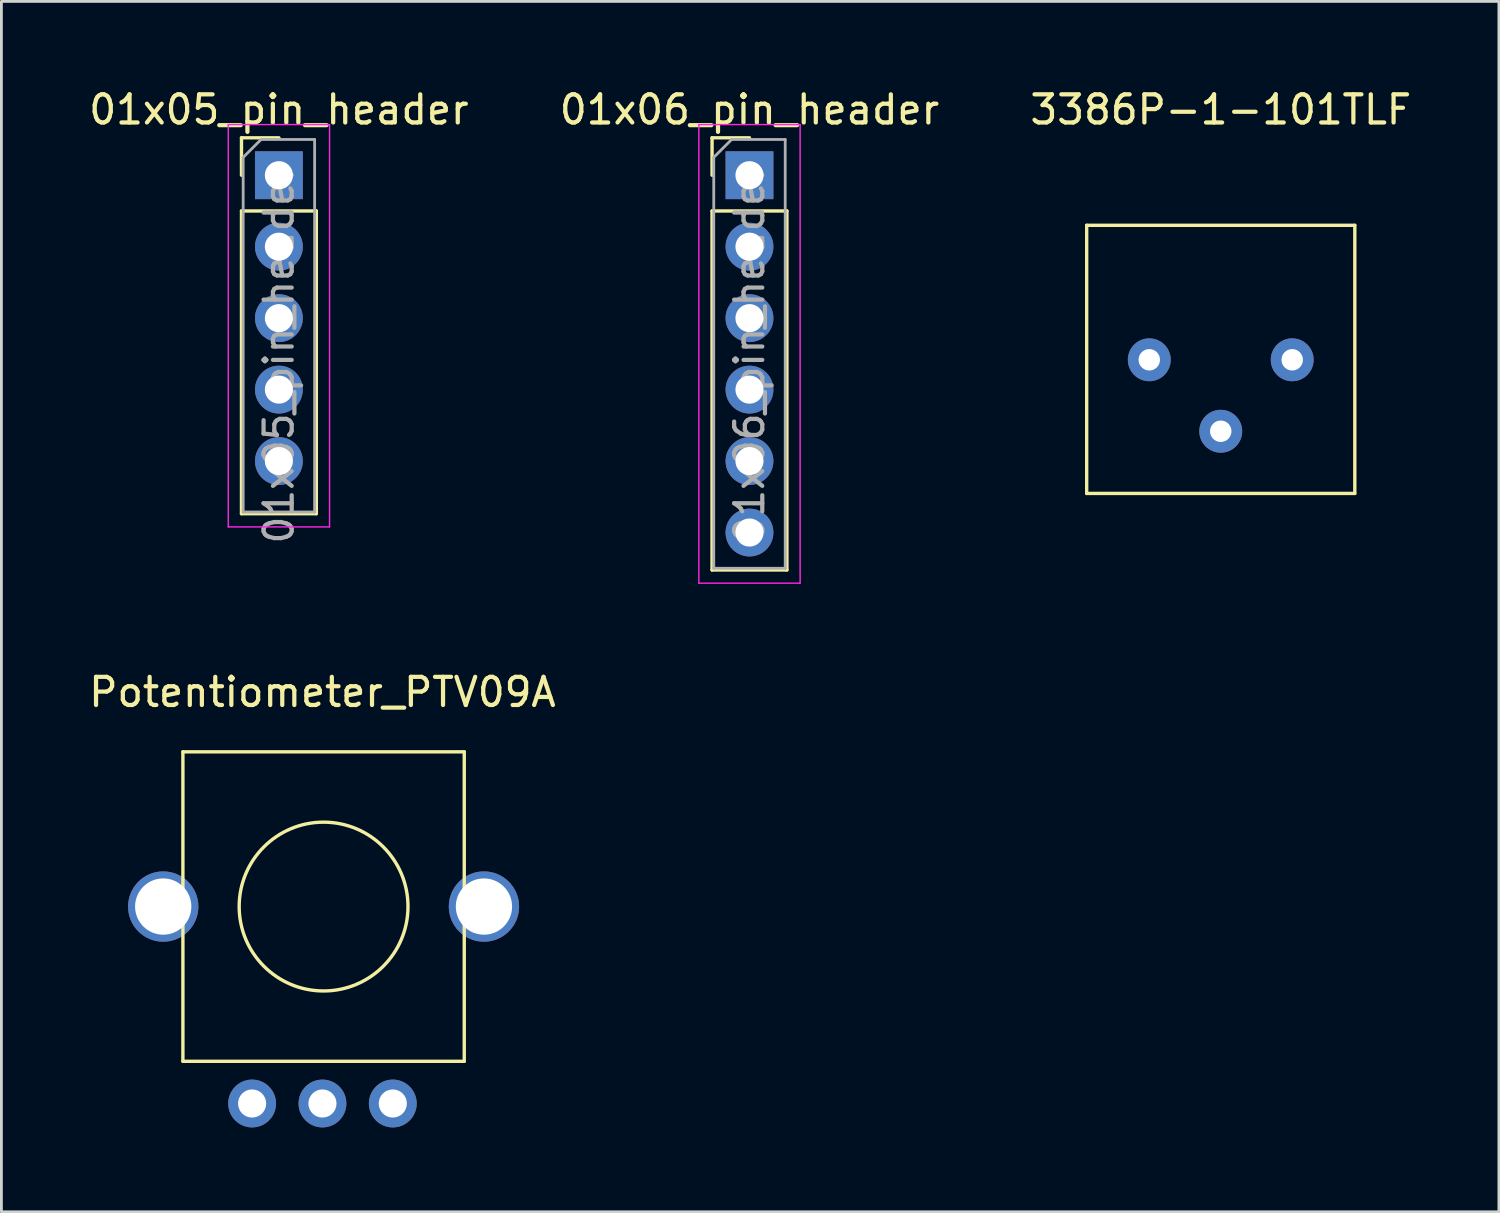
<source format=kicad_pcb>
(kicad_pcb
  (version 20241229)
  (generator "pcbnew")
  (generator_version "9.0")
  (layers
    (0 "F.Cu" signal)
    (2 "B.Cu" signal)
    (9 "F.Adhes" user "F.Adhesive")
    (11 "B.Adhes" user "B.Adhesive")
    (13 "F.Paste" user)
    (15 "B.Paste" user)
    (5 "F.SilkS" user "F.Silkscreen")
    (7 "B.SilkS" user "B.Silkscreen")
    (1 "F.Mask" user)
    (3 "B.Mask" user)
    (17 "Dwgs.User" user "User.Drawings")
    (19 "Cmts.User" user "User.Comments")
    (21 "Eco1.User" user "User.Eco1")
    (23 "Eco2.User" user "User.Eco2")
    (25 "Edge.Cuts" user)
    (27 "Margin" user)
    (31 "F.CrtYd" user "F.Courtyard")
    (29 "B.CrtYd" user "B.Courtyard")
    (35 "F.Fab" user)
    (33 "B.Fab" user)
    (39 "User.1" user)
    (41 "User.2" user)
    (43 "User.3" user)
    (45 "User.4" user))
  (footprint "01x06_pin_header"
    (layer "F.Cu")
    (at 23.589 3.178)
    (property "Reference" "01x06_pin_header" (at 0 -2.33 0) (layer "F.SilkS") (effects (font (size 1 1) (thickness 0.15))))
    (attr through_hole)
    (fp_line (start -1.33 -1.33) (end 0 -1.33) (stroke (width 0.12) (type solid)) (layer "F.SilkS"))
    (fp_line (start -1.33 0) (end -1.33 -1.33) (stroke (width 0.12) (type solid)) (layer "F.SilkS"))
    (fp_line (start -1.33 1.27) (end -1.33 14.03) (stroke (width 0.12) (type solid)) (layer "F.SilkS"))
    (fp_line (start -1.33 1.27) (end 1.33 1.27) (stroke (width 0.12) (type solid)) (layer "F.SilkS"))
    (fp_line (start -1.33 14.03) (end 1.33 14.03) (stroke (width 0.12) (type solid)) (layer "F.SilkS"))
    (fp_line (start 1.33 1.27) (end 1.33 14.03) (stroke (width 0.12) (type solid)) (layer "F.SilkS"))
    (fp_line (start -1.8 -1.8) (end -1.8 14.5) (stroke (width 0.05) (type solid)) (layer "F.CrtYd"))
    (fp_line (start -1.8 14.5) (end 1.8 14.5) (stroke (width 0.05) (type solid)) (layer "F.CrtYd"))
    (fp_line (start 1.8 -1.8) (end -1.8 -1.8) (stroke (width 0.05) (type solid)) (layer "F.CrtYd"))
    (fp_line (start 1.8 14.5) (end 1.8 -1.8) (stroke (width 0.05) (type solid)) (layer "F.CrtYd"))
    (fp_line (start -1.27 -0.635) (end -0.635 -1.27) (stroke (width 0.1) (type solid)) (layer "F.Fab"))
    (fp_line (start -1.27 13.97) (end -1.27 -0.635) (stroke (width 0.1) (type solid)) (layer "F.Fab"))
    (fp_line (start -0.635 -1.27) (end 1.27 -1.27) (stroke (width 0.1) (type solid)) (layer "F.Fab"))
    (fp_line (start 1.27 -1.27) (end 1.27 13.97) (stroke (width 0.1) (type solid)) (layer "F.Fab"))
    (fp_line (start 1.27 13.97) (end -1.27 13.97) (stroke (width 0.1) (type solid)) (layer "F.Fab"))
    (fp_text user "${REFERENCE}" (at 0 6.35 90) (layer "F.Fab") (effects (font (size 1 1) (thickness 0.15))))
    (pad "1" thru_hole rect (at 0 0) (size 1.7 1.7) (drill 1) (layers "*.Cu" "*.Mask"))
    (pad "2" thru_hole oval (at 0 7.62) (size 1.7 1.7) (drill 1) (layers "*.Cu" "*.Mask"))
    (pad "3" thru_hole oval (at 0 2.54) (size 1.7 1.7) (drill 1) (layers "*.Cu" "*.Mask"))
    (pad "4" thru_hole oval (at 0 5.08) (size 1.7 1.7) (drill 1) (layers "*.Cu" "*.Mask"))
    (pad "5" thru_hole oval (at 0 10.16) (size 1.7 1.7) (drill 1) (layers "*.Cu" "*.Mask"))
    (pad "6" thru_hole oval (at 0 12.7) (size 1.7 1.7) (drill 1) (layers "*.Cu" "*.Mask")))
  (footprint "3386P-1-101TLF"
    (layer "F.Cu")
    (at 40.339 9.738)
    (property "Reference" "3386P-1-101TLF" (at 0 -8.89 0) (layer "F.SilkS") (effects (font (size 1 1) (thickness 0.15))))
    (attr through_hole)
    (fp_line (start -4.765 -4.78) (end 4.765 -4.78) (stroke (width 0.12) (type solid)) (layer "F.SilkS"))
    (fp_line (start -4.765 4.75) (end -4.765 -4.78) (stroke (width 0.12) (type solid)) (layer "F.SilkS"))
    (fp_line (start 4.765 -4.78) (end 4.765 4.75) (stroke (width 0.12) (type solid)) (layer "F.SilkS"))
    (fp_line (start 4.765 4.75) (end -4.765 4.75) (stroke (width 0.12) (type solid)) (layer "F.SilkS"))
    (pad "1" thru_hole circle (at -2.54 0) (size 1.524 1.524) (drill 0.762) (layers "*.Cu" "*.Mask"))
    (pad "2" thru_hole circle (at 0 2.54) (size 1.524 1.524) (drill 0.762) (layers "*.Cu" "*.Mask"))
    (pad "3" thru_hole circle (at 2.54 0) (size 1.524 1.524) (drill 0.762) (layers "*.Cu" "*.Mask")))
  (footprint "01x05_pin_header"
    (layer "F.Cu")
    (at 6.863 3.178)
    (property "Reference" "01x05_pin_header" (at 0 -2.33 0) (layer "F.SilkS") (effects (font (size 1 1) (thickness 0.15))))
    (attr through_hole)
    (fp_line (start -1.33 -1.33) (end 0 -1.33) (stroke (width 0.12) (type solid)) (layer "F.SilkS"))
    (fp_line (start -1.33 0) (end -1.33 -1.33) (stroke (width 0.12) (type solid)) (layer "F.SilkS"))
    (fp_line (start -1.33 1.27) (end -1.33 12.03) (stroke (width 0.12) (type solid)) (layer "F.SilkS"))
    (fp_line (start -1.33 1.27) (end 1.33 1.27) (stroke (width 0.12) (type solid)) (layer "F.SilkS"))
    (fp_line (start -1.33 12.03) (end 1.33 12.03) (stroke (width 0.12) (type solid)) (layer "F.SilkS"))
    (fp_line (start 1.33 1.27) (end 1.33 12.03) (stroke (width 0.12) (type solid)) (layer "F.SilkS"))
    (fp_line (start -1.8 -1.8) (end -1.8 12.5) (stroke (width 0.05) (type solid)) (layer "F.CrtYd"))
    (fp_line (start -1.8 12.5) (end 1.8 12.5) (stroke (width 0.05) (type solid)) (layer "F.CrtYd"))
    (fp_line (start 1.8 -1.8) (end -1.8 -1.8) (stroke (width 0.05) (type solid)) (layer "F.CrtYd"))
    (fp_line (start 1.8 12.5) (end 1.8 -1.8) (stroke (width 0.05) (type solid)) (layer "F.CrtYd"))
    (fp_line (start -1.27 -0.635) (end -0.635 -1.27) (stroke (width 0.1) (type solid)) (layer "F.Fab"))
    (fp_line (start -1.27 11.97) (end -1.27 -0.635) (stroke (width 0.1) (type solid)) (layer "F.Fab"))
    (fp_line (start -0.635 -1.27) (end 1.27 -1.27) (stroke (width 0.1) (type solid)) (layer "F.Fab"))
    (fp_line (start 1.27 -1.27) (end 1.27 11.97) (stroke (width 0.1) (type solid)) (layer "F.Fab"))
    (fp_line (start 1.27 11.97) (end -1.27 11.97) (stroke (width 0.1) (type solid)) (layer "F.Fab"))
    (fp_text user "${REFERENCE}" (at 0 6.35 90) (layer "F.Fab") (effects (font (size 1 1) (thickness 0.15))))
    (pad "1" thru_hole rect (at 0 0) (size 1.7 1.7) (drill 1) (layers "*.Cu" "*.Mask"))
    (pad "2" thru_hole oval (at 0 2.54) (size 1.7 1.7) (drill 1) (layers "*.Cu" "*.Mask"))
    (pad "3" thru_hole oval (at 0 5.08) (size 1.7 1.7) (drill 1) (layers "*.Cu" "*.Mask"))
    (pad "4" thru_hole oval (at 0 7.62) (size 1.7 1.7) (drill 1) (layers "*.Cu" "*.Mask"))
    (pad "5" thru_hole oval (at 0 10.16) (size 1.7 1.7) (drill 1) (layers "*.Cu" "*.Mask")))
  (footprint "Potentiometer_PTV09A"
    (layer "F.Cu")
    (at 8.411 29.172)
    (property "Reference" "Potentiometer_PTV09A" (at 0 -7.62 0) (layer "F.SilkS") (effects (font (size 1 1) (thickness 0.15))))
    (attr through_hole)
    (fp_line (start -4.96 -5.5) (end -4.96 5.5) (stroke (width 0.12) (type solid)) (layer "F.SilkS"))
    (fp_line (start -4.96 5.5) (end 5.04 5.5) (stroke (width 0.12) (type solid)) (layer "F.SilkS"))
    (fp_line (start 5.04 -5.5) (end -4.96 -5.5) (stroke (width 0.12) (type solid)) (layer "F.SilkS"))
    (fp_line (start 5.04 -5.5) (end 5.04 5.5) (stroke (width 0.12) (type solid)) (layer "F.SilkS"))
    (fp_circle (center 0.04 0) (end 3.04 0) (stroke (width 0.12) (type solid)) (fill no) (layer "F.SilkS"))
    (pad "" thru_hole circle (at -5.66 0) (size 2.5 2.5) (drill 2) (layers "*.Cu" "*.Mask"))
    (pad "" thru_hole circle (at 5.74 0) (size 2.5 2.5) (drill 2) (layers "*.Cu" "*.Mask"))
    (pad "1" thru_hole circle (at -2.5 7) (size 1.7 1.7) (drill 1) (layers "*.Cu" "*.Mask"))
    (pad "2" thru_hole circle (at 0 7) (size 1.7 1.7) (drill 1) (layers "*.Cu" "*.Mask"))
    (pad "3" thru_hole circle (at 2.5 7) (size 1.7 1.7) (drill 1) (layers "*.Cu" "*.Mask")))
  (gr_rect
    (start -3 -3)
    (end 50.226 40.022)
    (stroke (width 0.1) (type default))
    (fill no)
    (layer "Edge.Cuts")))
</source>
